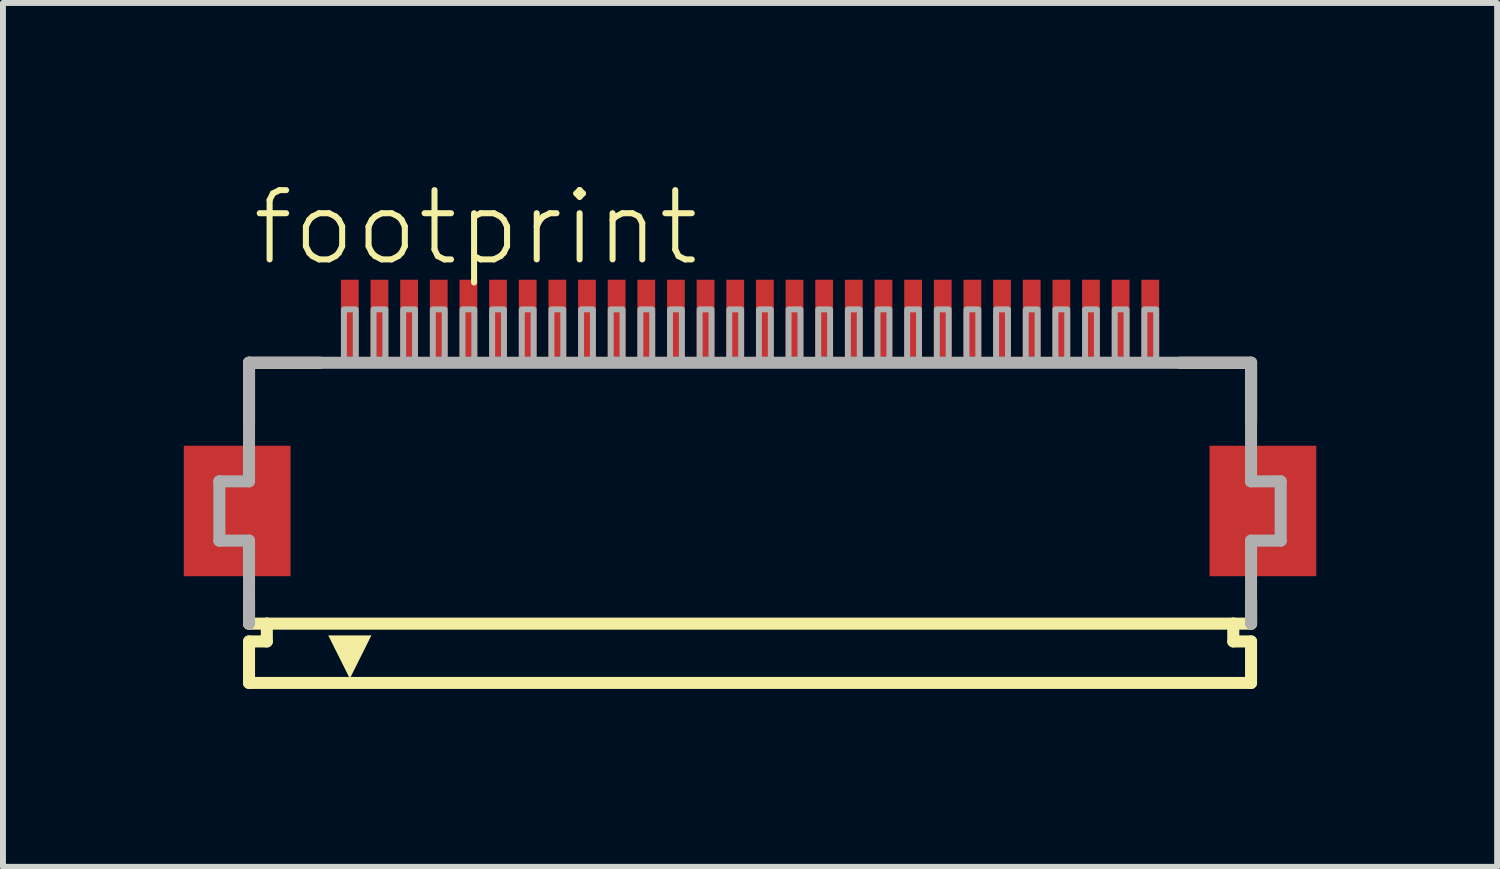
<source format=kicad_pcb>
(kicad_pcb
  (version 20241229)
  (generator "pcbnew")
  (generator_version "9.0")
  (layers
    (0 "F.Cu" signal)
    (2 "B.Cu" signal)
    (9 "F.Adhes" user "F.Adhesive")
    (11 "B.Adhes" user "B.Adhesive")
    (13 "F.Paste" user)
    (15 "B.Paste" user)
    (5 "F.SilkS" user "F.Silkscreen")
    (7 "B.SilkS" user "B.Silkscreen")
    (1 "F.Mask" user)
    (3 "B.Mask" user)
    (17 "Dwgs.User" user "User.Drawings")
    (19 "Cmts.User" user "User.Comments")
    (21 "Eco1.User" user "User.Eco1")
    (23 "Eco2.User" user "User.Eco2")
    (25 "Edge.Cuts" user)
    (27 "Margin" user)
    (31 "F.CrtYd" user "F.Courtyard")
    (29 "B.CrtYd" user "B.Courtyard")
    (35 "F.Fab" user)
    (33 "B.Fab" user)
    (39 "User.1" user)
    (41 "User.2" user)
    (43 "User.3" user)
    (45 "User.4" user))
  (footprint "footprint"
    (layer "F.Cu")
    (at 9.6 5.568)
    (property "Reference" "footprint" (at -8.448 -4.095 0) (layer "F.SilkS") (effects (font (size 1.168 1.168) (thickness 0.102)) (justify left bottom)))
    (fp_poly (pts (xy -7.75 -1.1) (xy -9.55 -1.1) (xy -9.55 1.1) (xy -7.75 1.1)) (stroke (width 0) (type solid)) (fill yes) (layer "F.Cu"))
    (fp_poly (pts (xy 9.55 -1.1) (xy 7.75 -1.1) (xy 7.75 1.1) (xy 9.55 1.1)) (stroke (width 0) (type solid)) (fill yes) (layer "F.Cu"))
    (fp_poly (pts (xy -7.7 -1.175) (xy -9.6 -1.175) (xy -9.6 1.175) (xy -7.7 1.175)) (stroke (width 0) (type solid)) (fill yes) (layer "F.Mask"))
    (fp_poly (pts (xy -6.95 -2.55) (xy -6.55 -2.55) (xy -6.55 -3.95) (xy -6.95 -3.95)) (stroke (width 0) (type solid)) (fill yes) (layer "F.Mask"))
    (fp_poly (pts (xy -6.45 -2.55) (xy -6.05 -2.55) (xy -6.05 -3.95) (xy -6.45 -3.95)) (stroke (width 0) (type solid)) (fill yes) (layer "F.Mask"))
    (fp_poly (pts (xy -5.95 -2.55) (xy -5.55 -2.55) (xy -5.55 -3.95) (xy -5.95 -3.95)) (stroke (width 0) (type solid)) (fill yes) (layer "F.Mask"))
    (fp_poly (pts (xy -5.45 -2.55) (xy -5.05 -2.55) (xy -5.05 -3.95) (xy -5.45 -3.95)) (stroke (width 0) (type solid)) (fill yes) (layer "F.Mask"))
    (fp_poly (pts (xy -4.95 -2.55) (xy -4.55 -2.55) (xy -4.55 -3.95) (xy -4.95 -3.95)) (stroke (width 0) (type solid)) (fill yes) (layer "F.Mask"))
    (fp_poly (pts (xy -4.45 -2.55) (xy -4.05 -2.55) (xy -4.05 -3.95) (xy -4.45 -3.95)) (stroke (width 0) (type solid)) (fill yes) (layer "F.Mask"))
    (fp_poly (pts (xy -3.95 -2.55) (xy -3.55 -2.55) (xy -3.55 -3.95) (xy -3.95 -3.95)) (stroke (width 0) (type solid)) (fill yes) (layer "F.Mask"))
    (fp_poly (pts (xy -3.45 -2.55) (xy -3.05 -2.55) (xy -3.05 -3.95) (xy -3.45 -3.95)) (stroke (width 0) (type solid)) (fill yes) (layer "F.Mask"))
    (fp_poly (pts (xy -2.95 -2.55) (xy -2.55 -2.55) (xy -2.55 -3.95) (xy -2.95 -3.95)) (stroke (width 0) (type solid)) (fill yes) (layer "F.Mask"))
    (fp_poly (pts (xy -2.45 -2.55) (xy -2.05 -2.55) (xy -2.05 -3.95) (xy -2.45 -3.95)) (stroke (width 0) (type solid)) (fill yes) (layer "F.Mask"))
    (fp_poly (pts (xy -1.95 -2.55) (xy -1.55 -2.55) (xy -1.55 -3.95) (xy -1.95 -3.95)) (stroke (width 0) (type solid)) (fill yes) (layer "F.Mask"))
    (fp_poly (pts (xy -1.45 -2.55) (xy -1.05 -2.55) (xy -1.05 -3.95) (xy -1.45 -3.95)) (stroke (width 0) (type solid)) (fill yes) (layer "F.Mask"))
    (fp_poly (pts (xy -0.95 -2.55) (xy -0.55 -2.55) (xy -0.55 -3.95) (xy -0.95 -3.95)) (stroke (width 0) (type solid)) (fill yes) (layer "F.Mask"))
    (fp_poly (pts (xy -0.45 -2.55) (xy -0.05 -2.55) (xy -0.05 -3.95) (xy -0.45 -3.95)) (stroke (width 0) (type solid)) (fill yes) (layer "F.Mask"))
    (fp_poly (pts (xy 0.05 -2.55) (xy 0.45 -2.55) (xy 0.45 -3.95) (xy 0.05 -3.95)) (stroke (width 0) (type solid)) (fill yes) (layer "F.Mask"))
    (fp_poly (pts (xy 0.55 -2.55) (xy 0.95 -2.55) (xy 0.95 -3.95) (xy 0.55 -3.95)) (stroke (width 0) (type solid)) (fill yes) (layer "F.Mask"))
    (fp_poly (pts (xy 1.05 -2.55) (xy 1.45 -2.55) (xy 1.45 -3.95) (xy 1.05 -3.95)) (stroke (width 0) (type solid)) (fill yes) (layer "F.Mask"))
    (fp_poly (pts (xy 1.55 -2.55) (xy 1.95 -2.55) (xy 1.95 -3.95) (xy 1.55 -3.95)) (stroke (width 0) (type solid)) (fill yes) (layer "F.Mask"))
    (fp_poly (pts (xy 2.05 -2.55) (xy 2.45 -2.55) (xy 2.45 -3.95) (xy 2.05 -3.95)) (stroke (width 0) (type solid)) (fill yes) (layer "F.Mask"))
    (fp_poly (pts (xy 2.55 -2.55) (xy 2.95 -2.55) (xy 2.95 -3.95) (xy 2.55 -3.95)) (stroke (width 0) (type solid)) (fill yes) (layer "F.Mask"))
    (fp_poly (pts (xy 3.05 -2.55) (xy 3.45 -2.55) (xy 3.45 -3.95) (xy 3.05 -3.95)) (stroke (width 0) (type solid)) (fill yes) (layer "F.Mask"))
    (fp_poly (pts (xy 3.55 -2.55) (xy 3.95 -2.55) (xy 3.95 -3.95) (xy 3.55 -3.95)) (stroke (width 0) (type solid)) (fill yes) (layer "F.Mask"))
    (fp_poly (pts (xy 4.05 -2.55) (xy 4.45 -2.55) (xy 4.45 -3.95) (xy 4.05 -3.95)) (stroke (width 0) (type solid)) (fill yes) (layer "F.Mask"))
    (fp_poly (pts (xy 4.55 -2.55) (xy 4.95 -2.55) (xy 4.95 -3.95) (xy 4.55 -3.95)) (stroke (width 0) (type solid)) (fill yes) (layer "F.Mask"))
    (fp_poly (pts (xy 5.05 -2.55) (xy 5.45 -2.55) (xy 5.45 -3.95) (xy 5.05 -3.95)) (stroke (width 0) (type solid)) (fill yes) (layer "F.Mask"))
    (fp_poly (pts (xy 5.55 -2.55) (xy 5.95 -2.55) (xy 5.95 -3.95) (xy 5.55 -3.95)) (stroke (width 0) (type solid)) (fill yes) (layer "F.Mask"))
    (fp_poly (pts (xy 6.05 -2.55) (xy 6.45 -2.55) (xy 6.45 -3.95) (xy 6.05 -3.95)) (stroke (width 0) (type solid)) (fill yes) (layer "F.Mask"))
    (fp_poly (pts (xy 6.55 -2.55) (xy 6.95 -2.55) (xy 6.95 -3.95) (xy 6.55 -3.95)) (stroke (width 0) (type solid)) (fill yes) (layer "F.Mask"))
    (fp_poly (pts (xy 9.6 -1.175) (xy 7.7 -1.175) (xy 7.7 1.175) (xy 9.6 1.175)) (stroke (width 0) (type solid)) (fill yes) (layer "F.Mask"))
    (fp_line (start -8.45 -2.5) (end -8.45 -1.5) (stroke (width 0.203) (type solid)) (layer "F.SilkS"))
    (fp_line (start -8.45 1.5) (end -8.45 1.9) (stroke (width 0.203) (type solid)) (layer "F.SilkS"))
    (fp_line (start -8.45 1.9) (end -8.15 1.9) (stroke (width 0.203) (type solid)) (layer "F.SilkS"))
    (fp_line (start -8.45 2.2) (end -8.45 2.9) (stroke (width 0.203) (type solid)) (layer "F.SilkS"))
    (fp_line (start -8.15 1.9) (end -8.15 2.2) (stroke (width 0.203) (type solid)) (layer "F.SilkS"))
    (fp_line (start -8.15 2.2) (end -8.45 2.2) (stroke (width 0.203) (type solid)) (layer "F.SilkS"))
    (fp_line (start -7.25 -2.5) (end -8.45 -2.5) (stroke (width 0.203) (type solid)) (layer "F.SilkS"))
    (fp_line (start 8.15 1.9) (end -8.15 1.9) (stroke (width 0.203) (type solid)) (layer "F.SilkS"))
    (fp_line (start 8.15 1.9) (end 8.45 1.9) (stroke (width 0.203) (type solid)) (layer "F.SilkS"))
    (fp_line (start 8.15 2.2) (end 8.15 1.9) (stroke (width 0.203) (type solid)) (layer "F.SilkS"))
    (fp_line (start 8.45 -2.5) (end 7.25 -2.5) (stroke (width 0.203) (type solid)) (layer "F.SilkS"))
    (fp_line (start 8.45 -1.5) (end 8.45 -2.5) (stroke (width 0.203) (type solid)) (layer "F.SilkS"))
    (fp_line (start 8.45 1.9) (end 8.45 1.5) (stroke (width 0.203) (type solid)) (layer "F.SilkS"))
    (fp_line (start 8.45 2.2) (end 8.15 2.2) (stroke (width 0.203) (type solid)) (layer "F.SilkS"))
    (fp_line (start 8.45 2.9) (end -8.45 2.9) (stroke (width 0.203) (type solid)) (layer "F.SilkS"))
    (fp_line (start 8.45 2.9) (end 8.45 2.2) (stroke (width 0.203) (type solid)) (layer "F.SilkS"))
    (fp_poly (pts (xy -6.75 2.827) (xy -7.114 2.098) (xy -6.386 2.098)) (stroke (width 0) (type solid)) (fill yes) (layer "F.SilkS"))
    (fp_poly (pts (xy -7.825 -1.025) (xy -9.475 -1.025) (xy -9.475 1.025) (xy -7.825 1.025)) (stroke (width 0) (type solid)) (fill yes) (layer "F.Paste"))
    (fp_poly (pts (xy -6.875 -2.625) (xy -6.625 -2.625) (xy -6.625 -3.875) (xy -6.875 -3.875)) (stroke (width 0) (type solid)) (fill yes) (layer "F.Paste"))
    (fp_poly (pts (xy -6.375 -2.625) (xy -6.125 -2.625) (xy -6.125 -3.875) (xy -6.375 -3.875)) (stroke (width 0) (type solid)) (fill yes) (layer "F.Paste"))
    (fp_poly (pts (xy -5.875 -2.625) (xy -5.625 -2.625) (xy -5.625 -3.875) (xy -5.875 -3.875)) (stroke (width 0) (type solid)) (fill yes) (layer "F.Paste"))
    (fp_poly (pts (xy -5.375 -2.625) (xy -5.125 -2.625) (xy -5.125 -3.875) (xy -5.375 -3.875)) (stroke (width 0) (type solid)) (fill yes) (layer "F.Paste"))
    (fp_poly (pts (xy -4.875 -2.625) (xy -4.625 -2.625) (xy -4.625 -3.875) (xy -4.875 -3.875)) (stroke (width 0) (type solid)) (fill yes) (layer "F.Paste"))
    (fp_poly (pts (xy -4.375 -2.625) (xy -4.125 -2.625) (xy -4.125 -3.875) (xy -4.375 -3.875)) (stroke (width 0) (type solid)) (fill yes) (layer "F.Paste"))
    (fp_poly (pts (xy -3.875 -2.625) (xy -3.625 -2.625) (xy -3.625 -3.875) (xy -3.875 -3.875)) (stroke (width 0) (type solid)) (fill yes) (layer "F.Paste"))
    (fp_poly (pts (xy -3.375 -2.625) (xy -3.125 -2.625) (xy -3.125 -3.875) (xy -3.375 -3.875)) (stroke (width 0) (type solid)) (fill yes) (layer "F.Paste"))
    (fp_poly (pts (xy -2.875 -2.625) (xy -2.625 -2.625) (xy -2.625 -3.875) (xy -2.875 -3.875)) (stroke (width 0) (type solid)) (fill yes) (layer "F.Paste"))
    (fp_poly (pts (xy -2.375 -2.625) (xy -2.125 -2.625) (xy -2.125 -3.875) (xy -2.375 -3.875)) (stroke (width 0) (type solid)) (fill yes) (layer "F.Paste"))
    (fp_poly (pts (xy -1.875 -2.625) (xy -1.625 -2.625) (xy -1.625 -3.875) (xy -1.875 -3.875)) (stroke (width 0) (type solid)) (fill yes) (layer "F.Paste"))
    (fp_poly (pts (xy -1.375 -2.625) (xy -1.125 -2.625) (xy -1.125 -3.875) (xy -1.375 -3.875)) (stroke (width 0) (type solid)) (fill yes) (layer "F.Paste"))
    (fp_poly (pts (xy -0.875 -2.625) (xy -0.625 -2.625) (xy -0.625 -3.875) (xy -0.875 -3.875)) (stroke (width 0) (type solid)) (fill yes) (layer "F.Paste"))
    (fp_poly (pts (xy -0.375 -2.625) (xy -0.125 -2.625) (xy -0.125 -3.875) (xy -0.375 -3.875)) (stroke (width 0) (type solid)) (fill yes) (layer "F.Paste"))
    (fp_poly (pts (xy 0.125 -2.625) (xy 0.375 -2.625) (xy 0.375 -3.875) (xy 0.125 -3.875)) (stroke (width 0) (type solid)) (fill yes) (layer "F.Paste"))
    (fp_poly (pts (xy 0.625 -2.625) (xy 0.875 -2.625) (xy 0.875 -3.875) (xy 0.625 -3.875)) (stroke (width 0) (type solid)) (fill yes) (layer "F.Paste"))
    (fp_poly (pts (xy 1.125 -2.625) (xy 1.375 -2.625) (xy 1.375 -3.875) (xy 1.125 -3.875)) (stroke (width 0) (type solid)) (fill yes) (layer "F.Paste"))
    (fp_poly (pts (xy 1.625 -2.625) (xy 1.875 -2.625) (xy 1.875 -3.875) (xy 1.625 -3.875)) (stroke (width 0) (type solid)) (fill yes) (layer "F.Paste"))
    (fp_poly (pts (xy 2.125 -2.625) (xy 2.375 -2.625) (xy 2.375 -3.875) (xy 2.125 -3.875)) (stroke (width 0) (type solid)) (fill yes) (layer "F.Paste"))
    (fp_poly (pts (xy 2.625 -2.625) (xy 2.875 -2.625) (xy 2.875 -3.875) (xy 2.625 -3.875)) (stroke (width 0) (type solid)) (fill yes) (layer "F.Paste"))
    (fp_poly (pts (xy 3.125 -2.625) (xy 3.375 -2.625) (xy 3.375 -3.875) (xy 3.125 -3.875)) (stroke (width 0) (type solid)) (fill yes) (layer "F.Paste"))
    (fp_poly (pts (xy 3.625 -2.625) (xy 3.875 -2.625) (xy 3.875 -3.875) (xy 3.625 -3.875)) (stroke (width 0) (type solid)) (fill yes) (layer "F.Paste"))
    (fp_poly (pts (xy 4.125 -2.625) (xy 4.375 -2.625) (xy 4.375 -3.875) (xy 4.125 -3.875)) (stroke (width 0) (type solid)) (fill yes) (layer "F.Paste"))
    (fp_poly (pts (xy 4.625 -2.625) (xy 4.875 -2.625) (xy 4.875 -3.875) (xy 4.625 -3.875)) (stroke (width 0) (type solid)) (fill yes) (layer "F.Paste"))
    (fp_poly (pts (xy 5.125 -2.625) (xy 5.375 -2.625) (xy 5.375 -3.875) (xy 5.125 -3.875)) (stroke (width 0) (type solid)) (fill yes) (layer "F.Paste"))
    (fp_poly (pts (xy 5.625 -2.625) (xy 5.875 -2.625) (xy 5.875 -3.875) (xy 5.625 -3.875)) (stroke (width 0) (type solid)) (fill yes) (layer "F.Paste"))
    (fp_poly (pts (xy 6.125 -2.625) (xy 6.375 -2.625) (xy 6.375 -3.875) (xy 6.125 -3.875)) (stroke (width 0) (type solid)) (fill yes) (layer "F.Paste"))
    (fp_poly (pts (xy 6.625 -2.625) (xy 6.875 -2.625) (xy 6.875 -3.875) (xy 6.625 -3.875)) (stroke (width 0) (type solid)) (fill yes) (layer "F.Paste"))
    (fp_poly (pts (xy 9.475 -1.025) (xy 7.825 -1.025) (xy 7.825 1.025) (xy 9.475 1.025)) (stroke (width 0) (type solid)) (fill yes) (layer "F.Paste"))
    (fp_line (start -8.95 -0.5) (end -8.95 0.5) (stroke (width 0.203) (type solid)) (layer "F.Fab"))
    (fp_line (start -8.95 0.5) (end -8.45 0.5) (stroke (width 0.203) (type solid)) (layer "F.Fab"))
    (fp_line (start -8.45 -2.5) (end -8.45 -0.5) (stroke (width 0.203) (type solid)) (layer "F.Fab"))
    (fp_line (start -8.45 -0.5) (end -8.95 -0.5) (stroke (width 0.203) (type solid)) (layer "F.Fab"))
    (fp_line (start -8.45 0.5) (end -8.45 1.9) (stroke (width 0.203) (type solid)) (layer "F.Fab"))
    (fp_line (start 8.45 -2.5) (end -8.45 -2.5) (stroke (width 0.203) (type solid)) (layer "F.Fab"))
    (fp_line (start 8.45 -0.5) (end 8.45 -2.5) (stroke (width 0.203) (type solid)) (layer "F.Fab"))
    (fp_line (start 8.45 0.5) (end 8.95 0.5) (stroke (width 0.203) (type solid)) (layer "F.Fab"))
    (fp_line (start 8.45 1.9) (end 8.45 0.5) (stroke (width 0.203) (type solid)) (layer "F.Fab"))
    (fp_line (start 8.95 -0.5) (end 8.45 -0.5) (stroke (width 0.203) (type solid)) (layer "F.Fab"))
    (fp_line (start 8.95 0.5) (end 8.95 -0.5) (stroke (width 0.203) (type solid)) (layer "F.Fab"))
    (fp_poly (pts (xy -6.85 -2.55) (xy -6.65 -2.55) (xy -6.65 -3.4) (xy -6.85 -3.4)) (stroke (width 0.1) (type solid)) (fill no) (layer "F.Fab"))
    (fp_poly (pts (xy -6.35 -2.55) (xy -6.15 -2.55) (xy -6.15 -3.4) (xy -6.35 -3.4)) (stroke (width 0.1) (type solid)) (fill no) (layer "F.Fab"))
    (fp_poly (pts (xy -5.85 -2.55) (xy -5.65 -2.55) (xy -5.65 -3.4) (xy -5.85 -3.4)) (stroke (width 0.1) (type solid)) (fill no) (layer "F.Fab"))
    (fp_poly (pts (xy -5.35 -2.55) (xy -5.15 -2.55) (xy -5.15 -3.4) (xy -5.35 -3.4)) (stroke (width 0.1) (type solid)) (fill no) (layer "F.Fab"))
    (fp_poly (pts (xy -4.85 -2.55) (xy -4.65 -2.55) (xy -4.65 -3.4) (xy -4.85 -3.4)) (stroke (width 0.1) (type solid)) (fill no) (layer "F.Fab"))
    (fp_poly (pts (xy -4.35 -2.55) (xy -4.15 -2.55) (xy -4.15 -3.4) (xy -4.35 -3.4)) (stroke (width 0.1) (type solid)) (fill no) (layer "F.Fab"))
    (fp_poly (pts (xy -3.85 -2.55) (xy -3.65 -2.55) (xy -3.65 -3.4) (xy -3.85 -3.4)) (stroke (width 0.1) (type solid)) (fill no) (layer "F.Fab"))
    (fp_poly (pts (xy -3.35 -2.55) (xy -3.15 -2.55) (xy -3.15 -3.4) (xy -3.35 -3.4)) (stroke (width 0.1) (type solid)) (fill no) (layer "F.Fab"))
    (fp_poly (pts (xy -2.85 -2.55) (xy -2.65 -2.55) (xy -2.65 -3.4) (xy -2.85 -3.4)) (stroke (width 0.1) (type solid)) (fill no) (layer "F.Fab"))
    (fp_poly (pts (xy -2.35 -2.55) (xy -2.15 -2.55) (xy -2.15 -3.4) (xy -2.35 -3.4)) (stroke (width 0.1) (type solid)) (fill no) (layer "F.Fab"))
    (fp_poly (pts (xy -1.85 -2.55) (xy -1.65 -2.55) (xy -1.65 -3.4) (xy -1.85 -3.4)) (stroke (width 0.1) (type solid)) (fill no) (layer "F.Fab"))
    (fp_poly (pts (xy -1.35 -2.55) (xy -1.15 -2.55) (xy -1.15 -3.4) (xy -1.35 -3.4)) (stroke (width 0.1) (type solid)) (fill no) (layer "F.Fab"))
    (fp_poly (pts (xy -0.85 -2.55) (xy -0.65 -2.55) (xy -0.65 -3.4) (xy -0.85 -3.4)) (stroke (width 0.1) (type solid)) (fill no) (layer "F.Fab"))
    (fp_poly (pts (xy -0.35 -2.55) (xy -0.15 -2.55) (xy -0.15 -3.4) (xy -0.35 -3.4)) (stroke (width 0.1) (type solid)) (fill no) (layer "F.Fab"))
    (fp_poly (pts (xy 0.15 -2.55) (xy 0.35 -2.55) (xy 0.35 -3.4) (xy 0.15 -3.4)) (stroke (width 0.1) (type solid)) (fill no) (layer "F.Fab"))
    (fp_poly (pts (xy 0.65 -2.55) (xy 0.85 -2.55) (xy 0.85 -3.4) (xy 0.65 -3.4)) (stroke (width 0.1) (type solid)) (fill no) (layer "F.Fab"))
    (fp_poly (pts (xy 1.15 -2.55) (xy 1.35 -2.55) (xy 1.35 -3.4) (xy 1.15 -3.4)) (stroke (width 0.1) (type solid)) (fill no) (layer "F.Fab"))
    (fp_poly (pts (xy 1.65 -2.55) (xy 1.85 -2.55) (xy 1.85 -3.4) (xy 1.65 -3.4)) (stroke (width 0.1) (type solid)) (fill no) (layer "F.Fab"))
    (fp_poly (pts (xy 2.15 -2.55) (xy 2.35 -2.55) (xy 2.35 -3.4) (xy 2.15 -3.4)) (stroke (width 0.1) (type solid)) (fill no) (layer "F.Fab"))
    (fp_poly (pts (xy 2.65 -2.55) (xy 2.85 -2.55) (xy 2.85 -3.4) (xy 2.65 -3.4)) (stroke (width 0.1) (type solid)) (fill no) (layer "F.Fab"))
    (fp_poly (pts (xy 3.15 -2.55) (xy 3.35 -2.55) (xy 3.35 -3.4) (xy 3.15 -3.4)) (stroke (width 0.1) (type solid)) (fill no) (layer "F.Fab"))
    (fp_poly (pts (xy 3.65 -2.55) (xy 3.85 -2.55) (xy 3.85 -3.4) (xy 3.65 -3.4)) (stroke (width 0.1) (type solid)) (fill no) (layer "F.Fab"))
    (fp_poly (pts (xy 4.15 -2.55) (xy 4.35 -2.55) (xy 4.35 -3.4) (xy 4.15 -3.4)) (stroke (width 0.1) (type solid)) (fill no) (layer "F.Fab"))
    (fp_poly (pts (xy 4.65 -2.55) (xy 4.85 -2.55) (xy 4.85 -3.4) (xy 4.65 -3.4)) (stroke (width 0.1) (type solid)) (fill no) (layer "F.Fab"))
    (fp_poly (pts (xy 5.15 -2.55) (xy 5.35 -2.55) (xy 5.35 -3.4) (xy 5.15 -3.4)) (stroke (width 0.1) (type solid)) (fill no) (layer "F.Fab"))
    (fp_poly (pts (xy 5.65 -2.55) (xy 5.85 -2.55) (xy 5.85 -3.4) (xy 5.65 -3.4)) (stroke (width 0.1) (type solid)) (fill no) (layer "F.Fab"))
    (fp_poly (pts (xy 6.15 -2.55) (xy 6.35 -2.55) (xy 6.35 -3.4) (xy 6.15 -3.4)) (stroke (width 0.1) (type solid)) (fill no) (layer "F.Fab"))
    (fp_poly (pts (xy 6.65 -2.55) (xy 6.85 -2.55) (xy 6.85 -3.4) (xy 6.65 -3.4)) (stroke (width 0.1) (type solid)) (fill no) (layer "F.Fab"))
    (pad "1" smd rect (at -6.75 -3.25) (size 0.3 1.3) (layers "F.Cu"))
    (pad "2" smd rect (at -6.25 -3.25) (size 0.3 1.3) (layers "F.Cu"))
    (pad "3" smd rect (at -5.75 -3.25) (size 0.3 1.3) (layers "F.Cu"))
    (pad "4" smd rect (at -5.25 -3.25) (size 0.3 1.3) (layers "F.Cu"))
    (pad "5" smd rect (at -4.75 -3.25) (size 0.3 1.3) (layers "F.Cu"))
    (pad "6" smd rect (at -4.25 -3.25) (size 0.3 1.3) (layers "F.Cu"))
    (pad "7" smd rect (at -3.75 -3.25) (size 0.3 1.3) (layers "F.Cu"))
    (pad "8" smd rect (at -3.25 -3.25) (size 0.3 1.3) (layers "F.Cu"))
    (pad "9" smd rect (at -2.75 -3.25) (size 0.3 1.3) (layers "F.Cu"))
    (pad "10" smd rect (at -2.25 -3.25) (size 0.3 1.3) (layers "F.Cu"))
    (pad "11" smd rect (at -1.75 -3.25) (size 0.3 1.3) (layers "F.Cu"))
    (pad "12" smd rect (at -1.25 -3.25) (size 0.3 1.3) (layers "F.Cu"))
    (pad "13" smd rect (at -0.75 -3.25) (size 0.3 1.3) (layers "F.Cu"))
    (pad "14" smd rect (at -0.25 -3.25) (size 0.3 1.3) (layers "F.Cu"))
    (pad "15" smd rect (at 0.25 -3.25) (size 0.3 1.3) (layers "F.Cu"))
    (pad "16" smd rect (at 0.75 -3.25) (size 0.3 1.3) (layers "F.Cu"))
    (pad "17" smd rect (at 1.25 -3.25) (size 0.3 1.3) (layers "F.Cu"))
    (pad "18" smd rect (at 1.75 -3.25) (size 0.3 1.3) (layers "F.Cu"))
    (pad "19" smd rect (at 2.25 -3.25) (size 0.3 1.3) (layers "F.Cu"))
    (pad "20" smd rect (at 2.75 -3.25) (size 0.3 1.3) (layers "F.Cu"))
    (pad "21" smd rect (at 3.25 -3.25) (size 0.3 1.3) (layers "F.Cu"))
    (pad "22" smd rect (at 3.75 -3.25) (size 0.3 1.3) (layers "F.Cu"))
    (pad "23" smd rect (at 4.25 -3.25) (size 0.3 1.3) (layers "F.Cu"))
    (pad "24" smd rect (at 4.75 -3.25) (size 0.3 1.3) (layers "F.Cu"))
    (pad "25" smd rect (at 5.25 -3.25) (size 0.3 1.3) (layers "F.Cu"))
    (pad "26" smd rect (at 5.75 -3.25) (size 0.3 1.3) (layers "F.Cu"))
    (pad "27" smd rect (at 6.25 -3.25) (size 0.3 1.3) (layers "F.Cu"))
    (pad "28" smd rect (at 6.75 -3.25) (size 0.3 1.3) (layers "F.Cu")))
  (gr_rect
    (start -3 -3)
    (end 22.2 11.57)
    (stroke (width 0.1) (type default))
    (fill no)
    (layer "Edge.Cuts")))
</source>
